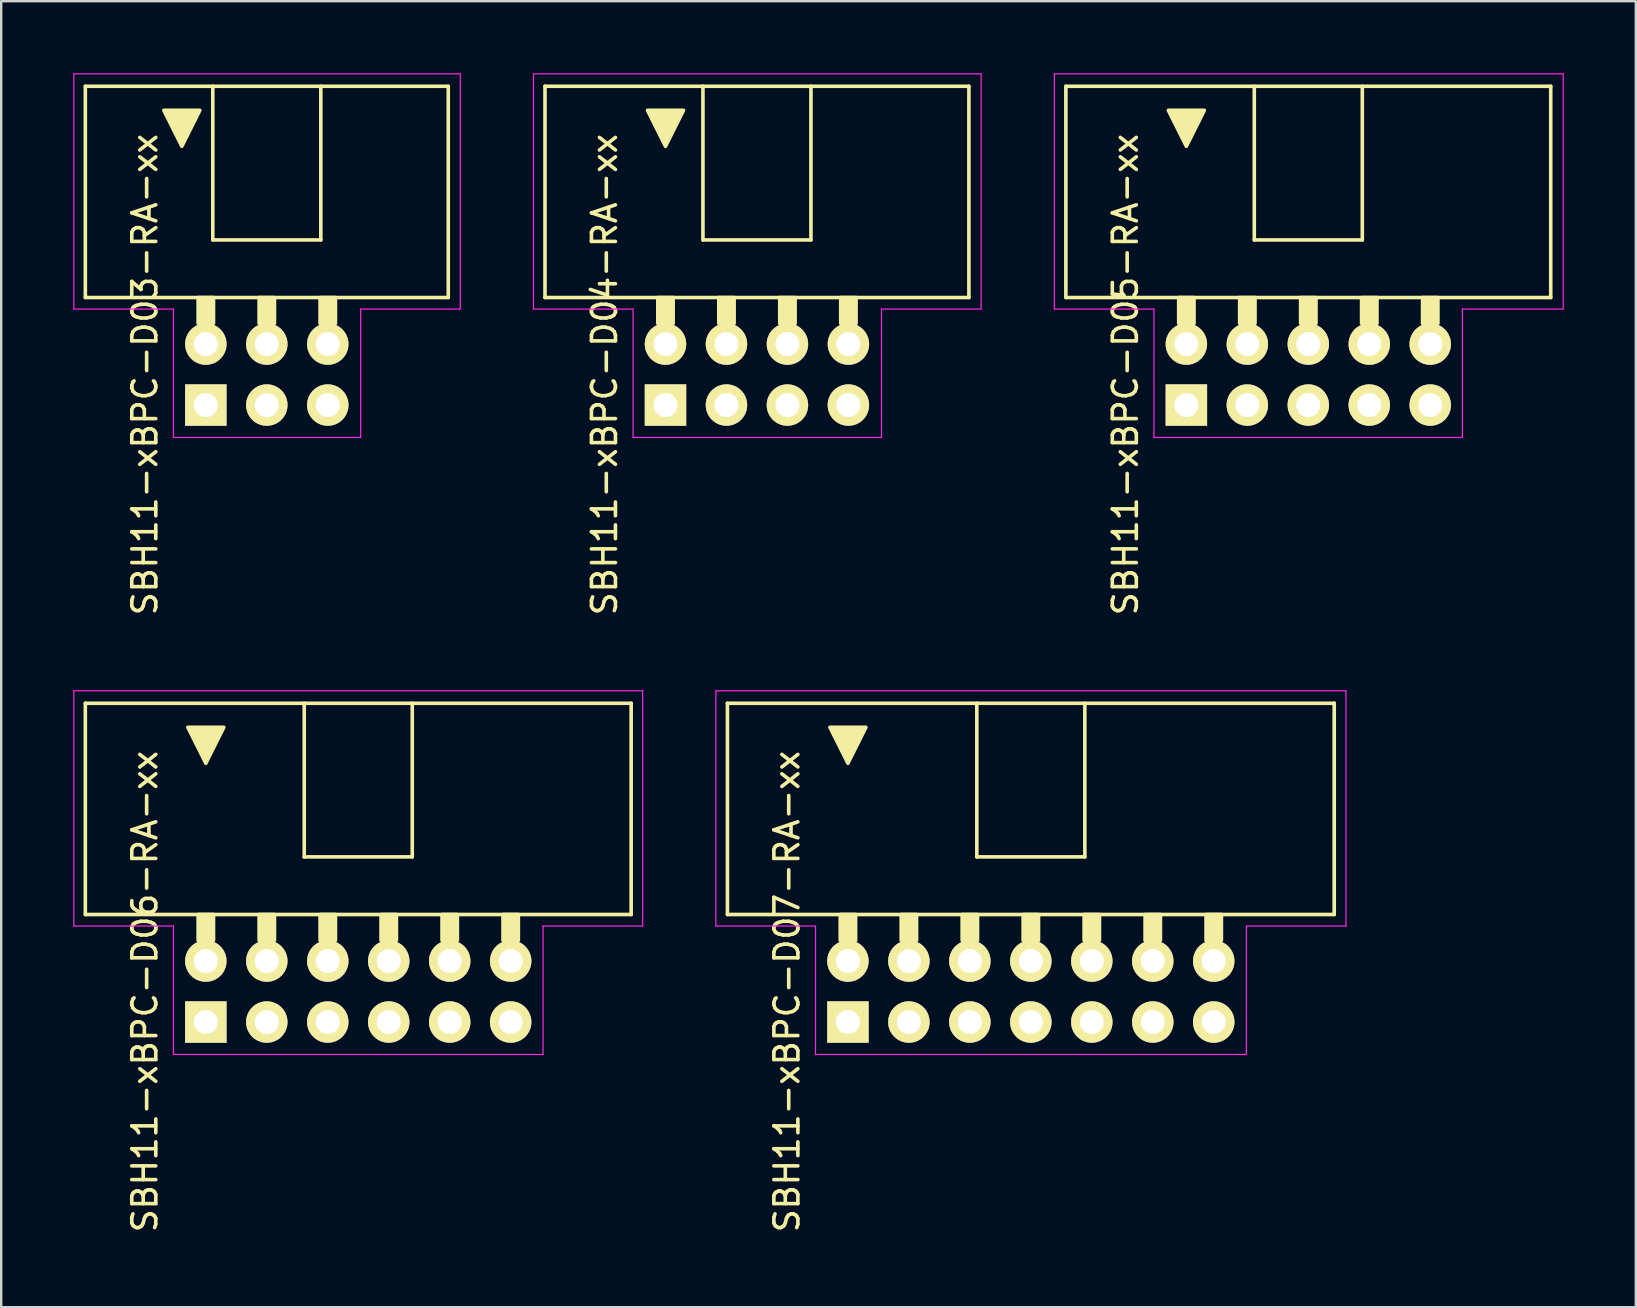
<source format=kicad_pcb>
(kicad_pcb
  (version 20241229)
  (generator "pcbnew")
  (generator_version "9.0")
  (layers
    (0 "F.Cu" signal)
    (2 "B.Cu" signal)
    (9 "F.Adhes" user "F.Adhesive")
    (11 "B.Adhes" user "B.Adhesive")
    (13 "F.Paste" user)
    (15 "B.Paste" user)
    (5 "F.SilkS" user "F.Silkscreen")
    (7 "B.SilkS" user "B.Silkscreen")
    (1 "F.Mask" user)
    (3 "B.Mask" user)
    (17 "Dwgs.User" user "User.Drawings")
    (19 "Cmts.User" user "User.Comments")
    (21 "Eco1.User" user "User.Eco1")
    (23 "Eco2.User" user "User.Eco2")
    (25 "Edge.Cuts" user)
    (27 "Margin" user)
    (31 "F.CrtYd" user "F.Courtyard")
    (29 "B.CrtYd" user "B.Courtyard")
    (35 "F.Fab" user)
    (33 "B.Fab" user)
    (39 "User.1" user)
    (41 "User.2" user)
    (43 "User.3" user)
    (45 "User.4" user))
  (footprint "SBH11-xBPC-D06-RA-xx"
    (layer "F.Cu")
    (at 5.525 39.529)
    (property "Reference" "SBH11-xBPC-D06-RA-xx" (at -2.54 -1.27 270) (layer "F.SilkS") (effects (font (size 1 1) (thickness 0.15))))
    (attr through_hole)
    (fp_line (start -5.02 -13.28) (end -5.02 -4.48) (stroke (width 0.15) (type solid)) (layer "F.SilkS"))
    (fp_line (start -5.02 -13.28) (end 17.72 -13.28) (stroke (width 0.15) (type solid)) (layer "F.SilkS"))
    (fp_line (start -5.02 -4.48) (end 17.72 -4.48) (stroke (width 0.15) (type solid)) (layer "F.SilkS"))
    (fp_line (start 4.1 -6.88) (end 4.1 -13.28) (stroke (width 0.15) (type solid)) (layer "F.SilkS"))
    (fp_line (start 4.1 -6.88) (end 8.6 -6.88) (stroke (width 0.15) (type solid)) (layer "F.SilkS"))
    (fp_line (start 8.6 -6.88) (end 8.6 -13.28) (stroke (width 0.15) (type solid)) (layer "F.SilkS"))
    (fp_line (start 17.72 -13.28) (end 17.72 -4.48) (stroke (width 0.15) (type solid)) (layer "F.SilkS"))
    (fp_poly (pts (xy 0 -10.78) (xy -0.75 -12.28) (xy 0.75 -12.28)) (stroke (width 0.15) (type solid)) (fill yes) (layer "F.SilkS"))
    (fp_poly (pts (xy 0.32 -4.48) (xy -0.32 -4.48) (xy -0.32 -3.404) (xy 0.32 -3.404)) (stroke (width 0.15) (type solid)) (fill yes) (layer "F.SilkS"))
    (fp_poly (pts (xy 2.86 -4.48) (xy 2.22 -4.48) (xy 2.22 -3.404) (xy 2.86 -3.404)) (stroke (width 0.15) (type solid)) (fill yes) (layer "F.SilkS"))
    (fp_poly (pts (xy 5.4 -4.48) (xy 4.76 -4.48) (xy 4.76 -3.404) (xy 5.4 -3.404)) (stroke (width 0.15) (type solid)) (fill yes) (layer "F.SilkS"))
    (fp_poly (pts (xy 7.94 -4.48) (xy 7.3 -4.48) (xy 7.3 -3.404) (xy 7.94 -3.404)) (stroke (width 0.15) (type solid)) (fill yes) (layer "F.SilkS"))
    (fp_poly (pts (xy 10.48 -4.48) (xy 9.84 -4.48) (xy 9.84 -3.404) (xy 10.48 -3.404)) (stroke (width 0.15) (type solid)) (fill yes) (layer "F.SilkS"))
    (fp_poly (pts (xy 13.02 -4.48) (xy 12.38 -4.48) (xy 12.38 -3.404) (xy 13.02 -3.404)) (stroke (width 0.15) (type solid)) (fill yes) (layer "F.SilkS"))
    (fp_line (start -5.5 -13.8) (end -5.5 -4) (stroke (width 0.05) (type solid)) (layer "F.CrtYd"))
    (fp_line (start -5.5 -13.8) (end 18.2 -13.8) (stroke (width 0.05) (type solid)) (layer "F.CrtYd"))
    (fp_line (start -5.5 -4) (end -1.35 -4) (stroke (width 0.05) (type solid)) (layer "F.CrtYd"))
    (fp_line (start -1.35 -4) (end -1.35 1.35) (stroke (width 0.05) (type solid)) (layer "F.CrtYd"))
    (fp_line (start -1.35 1.35) (end 14.05 1.35) (stroke (width 0.05) (type solid)) (layer "F.CrtYd"))
    (fp_line (start 14.05 -4) (end 14.05 1.35) (stroke (width 0.05) (type solid)) (layer "F.CrtYd"))
    (fp_line (start 18.2 -13.8) (end 18.2 -4) (stroke (width 0.05) (type solid)) (layer "F.CrtYd"))
    (fp_line (start 18.2 -4) (end 14.05 -4) (stroke (width 0.05) (type solid)) (layer "F.CrtYd"))
    (pad "1" thru_hole rect (at 0 0) (size 1.727 1.727) (drill 1) (layers "*.Cu" "*.Mask" "F.SilkS"))
    (pad "2" thru_hole circle (at 0 -2.54) (size 1.727 1.727) (drill 1) (layers "*.Cu" "*.Mask" "F.SilkS"))
    (pad "3" thru_hole circle (at 2.54 0) (size 1.727 1.727) (drill 1) (layers "*.Cu" "*.Mask" "F.SilkS"))
    (pad "4" thru_hole circle (at 2.54 -2.54) (size 1.727 1.727) (drill 1) (layers "*.Cu" "*.Mask" "F.SilkS"))
    (pad "5" thru_hole circle (at 5.08 0) (size 1.727 1.727) (drill 1) (layers "*.Cu" "*.Mask" "F.SilkS"))
    (pad "6" thru_hole circle (at 5.08 -2.54) (size 1.727 1.727) (drill 1) (layers "*.Cu" "*.Mask" "F.SilkS"))
    (pad "7" thru_hole circle (at 7.62 0) (size 1.727 1.727) (drill 1) (layers "*.Cu" "*.Mask" "F.SilkS"))
    (pad "8" thru_hole circle (at 7.62 -2.54) (size 1.727 1.727) (drill 1) (layers "*.Cu" "*.Mask" "F.SilkS"))
    (pad "9" thru_hole circle (at 10.16 0) (size 1.727 1.727) (drill 1) (layers "*.Cu" "*.Mask" "F.SilkS"))
    (pad "10" thru_hole circle (at 10.16 -2.54) (size 1.727 1.727) (drill 1) (layers "*.Cu" "*.Mask" "F.SilkS"))
    (pad "11" thru_hole circle (at 12.7 0) (size 1.727 1.727) (drill 1) (layers "*.Cu" "*.Mask" "F.SilkS"))
    (pad "12" thru_hole circle (at 12.7 -2.54) (size 1.727 1.727) (drill 1) (layers "*.Cu" "*.Mask" "F.SilkS")))
  (footprint "SBH11-xBPC-D04-RA-xx"
    (layer "F.Cu")
    (at 24.675 13.825)
    (property "Reference" "SBH11-xBPC-D04-RA-xx" (at -2.54 -1.27 270) (layer "F.SilkS") (effects (font (size 1 1) (thickness 0.15))))
    (attr through_hole)
    (fp_line (start -5.02 -13.28) (end -5.02 -4.48) (stroke (width 0.15) (type solid)) (layer "F.SilkS"))
    (fp_line (start -5.02 -13.28) (end 12.64 -13.28) (stroke (width 0.15) (type solid)) (layer "F.SilkS"))
    (fp_line (start -5.02 -4.48) (end 12.64 -4.48) (stroke (width 0.15) (type solid)) (layer "F.SilkS"))
    (fp_line (start 1.56 -6.88) (end 1.56 -13.28) (stroke (width 0.15) (type solid)) (layer "F.SilkS"))
    (fp_line (start 1.56 -6.88) (end 6.06 -6.88) (stroke (width 0.15) (type solid)) (layer "F.SilkS"))
    (fp_line (start 6.06 -6.88) (end 6.06 -13.28) (stroke (width 0.15) (type solid)) (layer "F.SilkS"))
    (fp_line (start 12.64 -13.28) (end 12.64 -4.48) (stroke (width 0.15) (type solid)) (layer "F.SilkS"))
    (fp_poly (pts (xy 0 -10.78) (xy -0.75 -12.28) (xy 0.75 -12.28)) (stroke (width 0.15) (type solid)) (fill yes) (layer "F.SilkS"))
    (fp_poly (pts (xy 0.32 -4.48) (xy -0.32 -4.48) (xy -0.32 -3.404) (xy 0.32 -3.404)) (stroke (width 0.15) (type solid)) (fill yes) (layer "F.SilkS"))
    (fp_poly (pts (xy 2.86 -4.48) (xy 2.22 -4.48) (xy 2.22 -3.404) (xy 2.86 -3.404)) (stroke (width 0.15) (type solid)) (fill yes) (layer "F.SilkS"))
    (fp_poly (pts (xy 5.4 -4.48) (xy 4.76 -4.48) (xy 4.76 -3.404) (xy 5.4 -3.404)) (stroke (width 0.15) (type solid)) (fill yes) (layer "F.SilkS"))
    (fp_poly (pts (xy 7.94 -4.48) (xy 7.3 -4.48) (xy 7.3 -3.404) (xy 7.94 -3.404)) (stroke (width 0.15) (type solid)) (fill yes) (layer "F.SilkS"))
    (fp_line (start -5.5 -13.8) (end -5.5 -4) (stroke (width 0.05) (type solid)) (layer "F.CrtYd"))
    (fp_line (start -5.5 -13.8) (end 13.15 -13.8) (stroke (width 0.05) (type solid)) (layer "F.CrtYd"))
    (fp_line (start -5.5 -4) (end -1.35 -4) (stroke (width 0.05) (type solid)) (layer "F.CrtYd"))
    (fp_line (start -1.35 -4) (end -1.35 1.35) (stroke (width 0.05) (type solid)) (layer "F.CrtYd"))
    (fp_line (start -1.35 1.35) (end 9 1.35) (stroke (width 0.05) (type solid)) (layer "F.CrtYd"))
    (fp_line (start 9 -4) (end 9 1.35) (stroke (width 0.05) (type solid)) (layer "F.CrtYd"))
    (fp_line (start 13.15 -13.8) (end 13.15 -4) (stroke (width 0.05) (type solid)) (layer "F.CrtYd"))
    (fp_line (start 13.15 -4) (end 9 -4) (stroke (width 0.05) (type solid)) (layer "F.CrtYd"))
    (pad "1" thru_hole rect (at 0 0) (size 1.727 1.727) (drill 1) (layers "*.Cu" "*.Mask" "F.SilkS"))
    (pad "2" thru_hole circle (at 0 -2.54) (size 1.727 1.727) (drill 1) (layers "*.Cu" "*.Mask" "F.SilkS"))
    (pad "3" thru_hole circle (at 2.54 0) (size 1.727 1.727) (drill 1) (layers "*.Cu" "*.Mask" "F.SilkS"))
    (pad "4" thru_hole circle (at 2.54 -2.54) (size 1.727 1.727) (drill 1) (layers "*.Cu" "*.Mask" "F.SilkS"))
    (pad "5" thru_hole circle (at 5.08 0) (size 1.727 1.727) (drill 1) (layers "*.Cu" "*.Mask" "F.SilkS"))
    (pad "6" thru_hole circle (at 5.08 -2.54) (size 1.727 1.727) (drill 1) (layers "*.Cu" "*.Mask" "F.SilkS"))
    (pad "7" thru_hole circle (at 7.62 0) (size 1.727 1.727) (drill 1) (layers "*.Cu" "*.Mask" "F.SilkS"))
    (pad "8" thru_hole circle (at 7.62 -2.54) (size 1.727 1.727) (drill 1) (layers "*.Cu" "*.Mask" "F.SilkS")))
  (footprint "SBH11-xBPC-D05-RA-xx"
    (layer "F.Cu")
    (at 46.375 13.825)
    (property "Reference" "SBH11-xBPC-D05-RA-xx" (at -2.54 -1.27 270) (layer "F.SilkS") (effects (font (size 1 1) (thickness 0.15))))
    (attr through_hole)
    (fp_line (start -5.02 -13.28) (end -5.02 -4.48) (stroke (width 0.15) (type solid)) (layer "F.SilkS"))
    (fp_line (start -5.02 -13.28) (end 15.18 -13.28) (stroke (width 0.15) (type solid)) (layer "F.SilkS"))
    (fp_line (start -5.02 -4.48) (end 15.18 -4.48) (stroke (width 0.15) (type solid)) (layer "F.SilkS"))
    (fp_line (start 2.83 -6.88) (end 2.83 -13.28) (stroke (width 0.15) (type solid)) (layer "F.SilkS"))
    (fp_line (start 2.83 -6.88) (end 7.33 -6.88) (stroke (width 0.15) (type solid)) (layer "F.SilkS"))
    (fp_line (start 7.33 -6.88) (end 7.33 -13.28) (stroke (width 0.15) (type solid)) (layer "F.SilkS"))
    (fp_line (start 15.18 -13.28) (end 15.18 -4.48) (stroke (width 0.15) (type solid)) (layer "F.SilkS"))
    (fp_poly (pts (xy 0 -10.78) (xy -0.75 -12.28) (xy 0.75 -12.28)) (stroke (width 0.15) (type solid)) (fill yes) (layer "F.SilkS"))
    (fp_poly (pts (xy 0.32 -4.48) (xy -0.32 -4.48) (xy -0.32 -3.404) (xy 0.32 -3.404)) (stroke (width 0.15) (type solid)) (fill yes) (layer "F.SilkS"))
    (fp_poly (pts (xy 2.86 -4.48) (xy 2.22 -4.48) (xy 2.22 -3.404) (xy 2.86 -3.404)) (stroke (width 0.15) (type solid)) (fill yes) (layer "F.SilkS"))
    (fp_poly (pts (xy 5.4 -4.48) (xy 4.76 -4.48) (xy 4.76 -3.404) (xy 5.4 -3.404)) (stroke (width 0.15) (type solid)) (fill yes) (layer "F.SilkS"))
    (fp_poly (pts (xy 7.94 -4.48) (xy 7.3 -4.48) (xy 7.3 -3.404) (xy 7.94 -3.404)) (stroke (width 0.15) (type solid)) (fill yes) (layer "F.SilkS"))
    (fp_poly (pts (xy 10.48 -4.48) (xy 9.84 -4.48) (xy 9.84 -3.404) (xy 10.48 -3.404)) (stroke (width 0.15) (type solid)) (fill yes) (layer "F.SilkS"))
    (fp_line (start -5.5 -13.8) (end -5.5 -4) (stroke (width 0.05) (type solid)) (layer "F.CrtYd"))
    (fp_line (start -5.5 -13.8) (end 15.7 -13.8) (stroke (width 0.05) (type solid)) (layer "F.CrtYd"))
    (fp_line (start -5.5 -4) (end -1.35 -4) (stroke (width 0.05) (type solid)) (layer "F.CrtYd"))
    (fp_line (start -1.35 -4) (end -1.35 1.35) (stroke (width 0.05) (type solid)) (layer "F.CrtYd"))
    (fp_line (start -1.35 1.35) (end 11.5 1.35) (stroke (width 0.05) (type solid)) (layer "F.CrtYd"))
    (fp_line (start 11.5 -4) (end 11.5 1.35) (stroke (width 0.05) (type solid)) (layer "F.CrtYd"))
    (fp_line (start 15.7 -13.8) (end 15.7 -4) (stroke (width 0.05) (type solid)) (layer "F.CrtYd"))
    (fp_line (start 15.7 -4) (end 11.5 -4) (stroke (width 0.05) (type solid)) (layer "F.CrtYd"))
    (pad "1" thru_hole rect (at 0 0) (size 1.727 1.727) (drill 1) (layers "*.Cu" "*.Mask" "F.SilkS"))
    (pad "2" thru_hole circle (at 0 -2.54) (size 1.727 1.727) (drill 1) (layers "*.Cu" "*.Mask" "F.SilkS"))
    (pad "3" thru_hole circle (at 2.54 0) (size 1.727 1.727) (drill 1) (layers "*.Cu" "*.Mask" "F.SilkS"))
    (pad "4" thru_hole circle (at 2.54 -2.54) (size 1.727 1.727) (drill 1) (layers "*.Cu" "*.Mask" "F.SilkS"))
    (pad "5" thru_hole circle (at 5.08 0) (size 1.727 1.727) (drill 1) (layers "*.Cu" "*.Mask" "F.SilkS"))
    (pad "6" thru_hole circle (at 5.08 -2.54) (size 1.727 1.727) (drill 1) (layers "*.Cu" "*.Mask" "F.SilkS"))
    (pad "7" thru_hole circle (at 7.62 0) (size 1.727 1.727) (drill 1) (layers "*.Cu" "*.Mask" "F.SilkS"))
    (pad "8" thru_hole circle (at 7.62 -2.54) (size 1.727 1.727) (drill 1) (layers "*.Cu" "*.Mask" "F.SilkS"))
    (pad "9" thru_hole circle (at 10.16 0) (size 1.727 1.727) (drill 1) (layers "*.Cu" "*.Mask" "F.SilkS"))
    (pad "10" thru_hole circle (at 10.16 -2.54) (size 1.727 1.727) (drill 1) (layers "*.Cu" "*.Mask" "F.SilkS")))
  (footprint "SBH11-xBPC-D07-RA-xx"
    (layer "F.Cu")
    (at 32.275 39.529)
    (property "Reference" "SBH11-xBPC-D07-RA-xx" (at -2.54 -1.27 270) (layer "F.SilkS") (effects (font (size 1 1) (thickness 0.15))))
    (attr through_hole)
    (fp_line (start -5.02 -13.28) (end -5.02 -4.48) (stroke (width 0.15) (type solid)) (layer "F.SilkS"))
    (fp_line (start -5.02 -13.28) (end 20.26 -13.28) (stroke (width 0.15) (type solid)) (layer "F.SilkS"))
    (fp_line (start -5.02 -4.48) (end 20.26 -4.48) (stroke (width 0.15) (type solid)) (layer "F.SilkS"))
    (fp_line (start 5.37 -6.88) (end 5.37 -13.28) (stroke (width 0.15) (type solid)) (layer "F.SilkS"))
    (fp_line (start 5.37 -6.88) (end 9.87 -6.88) (stroke (width 0.15) (type solid)) (layer "F.SilkS"))
    (fp_line (start 9.87 -6.88) (end 9.87 -13.28) (stroke (width 0.15) (type solid)) (layer "F.SilkS"))
    (fp_line (start 20.26 -13.28) (end 20.26 -4.48) (stroke (width 0.15) (type solid)) (layer "F.SilkS"))
    (fp_poly (pts (xy 0 -10.78) (xy -0.75 -12.28) (xy 0.75 -12.28)) (stroke (width 0.15) (type solid)) (fill yes) (layer "F.SilkS"))
    (fp_poly (pts (xy 0.32 -4.48) (xy -0.32 -4.48) (xy -0.32 -3.404) (xy 0.32 -3.404)) (stroke (width 0.15) (type solid)) (fill yes) (layer "F.SilkS"))
    (fp_poly (pts (xy 2.86 -4.48) (xy 2.22 -4.48) (xy 2.22 -3.404) (xy 2.86 -3.404)) (stroke (width 0.15) (type solid)) (fill yes) (layer "F.SilkS"))
    (fp_poly (pts (xy 5.4 -4.48) (xy 4.76 -4.48) (xy 4.76 -3.404) (xy 5.4 -3.404)) (stroke (width 0.15) (type solid)) (fill yes) (layer "F.SilkS"))
    (fp_poly (pts (xy 7.94 -4.48) (xy 7.3 -4.48) (xy 7.3 -3.404) (xy 7.94 -3.404)) (stroke (width 0.15) (type solid)) (fill yes) (layer "F.SilkS"))
    (fp_poly (pts (xy 10.48 -4.48) (xy 9.84 -4.48) (xy 9.84 -3.404) (xy 10.48 -3.404)) (stroke (width 0.15) (type solid)) (fill yes) (layer "F.SilkS"))
    (fp_poly (pts (xy 13.02 -4.48) (xy 12.38 -4.48) (xy 12.38 -3.404) (xy 13.02 -3.404)) (stroke (width 0.15) (type solid)) (fill yes) (layer "F.SilkS"))
    (fp_poly (pts (xy 15.56 -4.48) (xy 14.92 -4.48) (xy 14.92 -3.404) (xy 15.56 -3.404)) (stroke (width 0.15) (type solid)) (fill yes) (layer "F.SilkS"))
    (fp_line (start -5.5 -13.8) (end -5.5 -4) (stroke (width 0.05) (type solid)) (layer "F.CrtYd"))
    (fp_line (start -5.5 -13.8) (end 20.75 -13.8) (stroke (width 0.05) (type solid)) (layer "F.CrtYd"))
    (fp_line (start -5.5 -4) (end -1.35 -4) (stroke (width 0.05) (type solid)) (layer "F.CrtYd"))
    (fp_line (start -1.35 -4) (end -1.35 1.35) (stroke (width 0.05) (type solid)) (layer "F.CrtYd"))
    (fp_line (start -1.35 1.35) (end 16.6 1.35) (stroke (width 0.05) (type solid)) (layer "F.CrtYd"))
    (fp_line (start 16.6 -4) (end 16.6 1.35) (stroke (width 0.05) (type solid)) (layer "F.CrtYd"))
    (fp_line (start 20.75 -13.8) (end 20.75 -4) (stroke (width 0.05) (type solid)) (layer "F.CrtYd"))
    (fp_line (start 20.75 -4) (end 16.6 -4) (stroke (width 0.05) (type solid)) (layer "F.CrtYd"))
    (pad "1" thru_hole rect (at 0 0) (size 1.727 1.727) (drill 1) (layers "*.Cu" "*.Mask" "F.SilkS"))
    (pad "2" thru_hole circle (at 0 -2.54) (size 1.727 1.727) (drill 1) (layers "*.Cu" "*.Mask" "F.SilkS"))
    (pad "3" thru_hole circle (at 2.54 0) (size 1.727 1.727) (drill 1) (layers "*.Cu" "*.Mask" "F.SilkS"))
    (pad "4" thru_hole circle (at 2.54 -2.54) (size 1.727 1.727) (drill 1) (layers "*.Cu" "*.Mask" "F.SilkS"))
    (pad "5" thru_hole circle (at 5.08 0) (size 1.727 1.727) (drill 1) (layers "*.Cu" "*.Mask" "F.SilkS"))
    (pad "6" thru_hole circle (at 5.08 -2.54) (size 1.727 1.727) (drill 1) (layers "*.Cu" "*.Mask" "F.SilkS"))
    (pad "7" thru_hole circle (at 7.62 0) (size 1.727 1.727) (drill 1) (layers "*.Cu" "*.Mask" "F.SilkS"))
    (pad "8" thru_hole circle (at 7.62 -2.54) (size 1.727 1.727) (drill 1) (layers "*.Cu" "*.Mask" "F.SilkS"))
    (pad "9" thru_hole circle (at 10.16 0) (size 1.727 1.727) (drill 1) (layers "*.Cu" "*.Mask" "F.SilkS"))
    (pad "10" thru_hole circle (at 10.16 -2.54) (size 1.727 1.727) (drill 1) (layers "*.Cu" "*.Mask" "F.SilkS"))
    (pad "11" thru_hole circle (at 12.7 0) (size 1.727 1.727) (drill 1) (layers "*.Cu" "*.Mask" "F.SilkS"))
    (pad "12" thru_hole circle (at 12.7 -2.54) (size 1.727 1.727) (drill 1) (layers "*.Cu" "*.Mask" "F.SilkS"))
    (pad "13" thru_hole circle (at 15.24 0) (size 1.727 1.727) (drill 1) (layers "*.Cu" "*.Mask" "F.SilkS"))
    (pad "14" thru_hole circle (at 15.24 -2.54) (size 1.727 1.727) (drill 1) (layers "*.Cu" "*.Mask" "F.SilkS")))
  (footprint "SBH11-xBPC-D03-RA-xx"
    (layer "F.Cu")
    (at 5.525 13.825)
    (property "Reference" "SBH11-xBPC-D03-RA-xx" (at -2.54 -1.27 270) (layer "F.SilkS") (effects (font (size 1 1) (thickness 0.15))))
    (attr through_hole)
    (fp_line (start -5.02 -13.28) (end -5.02 -4.48) (stroke (width 0.15) (type solid)) (layer "F.SilkS"))
    (fp_line (start -5.02 -13.28) (end 10.1 -13.28) (stroke (width 0.15) (type solid)) (layer "F.SilkS"))
    (fp_line (start -5.02 -4.48) (end 10.1 -4.48) (stroke (width 0.15) (type solid)) (layer "F.SilkS"))
    (fp_line (start 0.29 -6.88) (end 0.29 -13.28) (stroke (width 0.15) (type solid)) (layer "F.SilkS"))
    (fp_line (start 0.29 -6.88) (end 4.79 -6.88) (stroke (width 0.15) (type solid)) (layer "F.SilkS"))
    (fp_line (start 4.79 -6.88) (end 4.79 -13.28) (stroke (width 0.15) (type solid)) (layer "F.SilkS"))
    (fp_line (start 10.1 -13.28) (end 10.1 -4.48) (stroke (width 0.15) (type solid)) (layer "F.SilkS"))
    (fp_poly (pts (xy -1 -10.78) (xy -1.75 -12.28) (xy -0.25 -12.28)) (stroke (width 0.15) (type solid)) (fill yes) (layer "F.SilkS"))
    (fp_poly (pts (xy 0.32 -4.48) (xy -0.32 -4.48) (xy -0.32 -3.404) (xy 0.32 -3.404)) (stroke (width 0.15) (type solid)) (fill yes) (layer "F.SilkS"))
    (fp_poly (pts (xy 2.86 -4.48) (xy 2.22 -4.48) (xy 2.22 -3.404) (xy 2.86 -3.404)) (stroke (width 0.15) (type solid)) (fill yes) (layer "F.SilkS"))
    (fp_poly (pts (xy 5.4 -4.48) (xy 4.76 -4.48) (xy 4.76 -3.404) (xy 5.4 -3.404)) (stroke (width 0.15) (type solid)) (fill yes) (layer "F.SilkS"))
    (fp_line (start -5.5 -13.8) (end -5.5 -4) (stroke (width 0.05) (type solid)) (layer "F.CrtYd"))
    (fp_line (start -5.5 -13.8) (end 10.6 -13.8) (stroke (width 0.05) (type solid)) (layer "F.CrtYd"))
    (fp_line (start -5.5 -4) (end -1.35 -4) (stroke (width 0.05) (type solid)) (layer "F.CrtYd"))
    (fp_line (start -1.35 -4) (end -1.35 1.35) (stroke (width 0.05) (type solid)) (layer "F.CrtYd"))
    (fp_line (start -1.35 1.35) (end 6.45 1.35) (stroke (width 0.05) (type solid)) (layer "F.CrtYd"))
    (fp_line (start 6.45 -4) (end 6.45 1.35) (stroke (width 0.05) (type solid)) (layer "F.CrtYd"))
    (fp_line (start 10.6 -13.8) (end 10.6 -4) (stroke (width 0.05) (type solid)) (layer "F.CrtYd"))
    (fp_line (start 10.6 -4) (end 6.45 -4) (stroke (width 0.05) (type solid)) (layer "F.CrtYd"))
    (pad "1" thru_hole rect (at 0 0) (size 1.727 1.727) (drill 1) (layers "*.Cu" "*.Mask" "F.SilkS"))
    (pad "2" thru_hole circle (at 0 -2.54) (size 1.727 1.727) (drill 1) (layers "*.Cu" "*.Mask" "F.SilkS"))
    (pad "3" thru_hole circle (at 2.54 0) (size 1.727 1.727) (drill 1) (layers "*.Cu" "*.Mask" "F.SilkS"))
    (pad "4" thru_hole circle (at 2.54 -2.54) (size 1.727 1.727) (drill 1) (layers "*.Cu" "*.Mask" "F.SilkS"))
    (pad "5" thru_hole circle (at 5.08 0) (size 1.727 1.727) (drill 1) (layers "*.Cu" "*.Mask" "F.SilkS"))
    (pad "6" thru_hole circle (at 5.08 -2.54) (size 1.727 1.727) (drill 1) (layers "*.Cu" "*.Mask" "F.SilkS")))
  (gr_rect
    (start -3 -3)
    (end 65.1 51.408)
    (stroke (width 0.1) (type default))
    (fill no)
    (layer "Edge.Cuts")))
</source>
